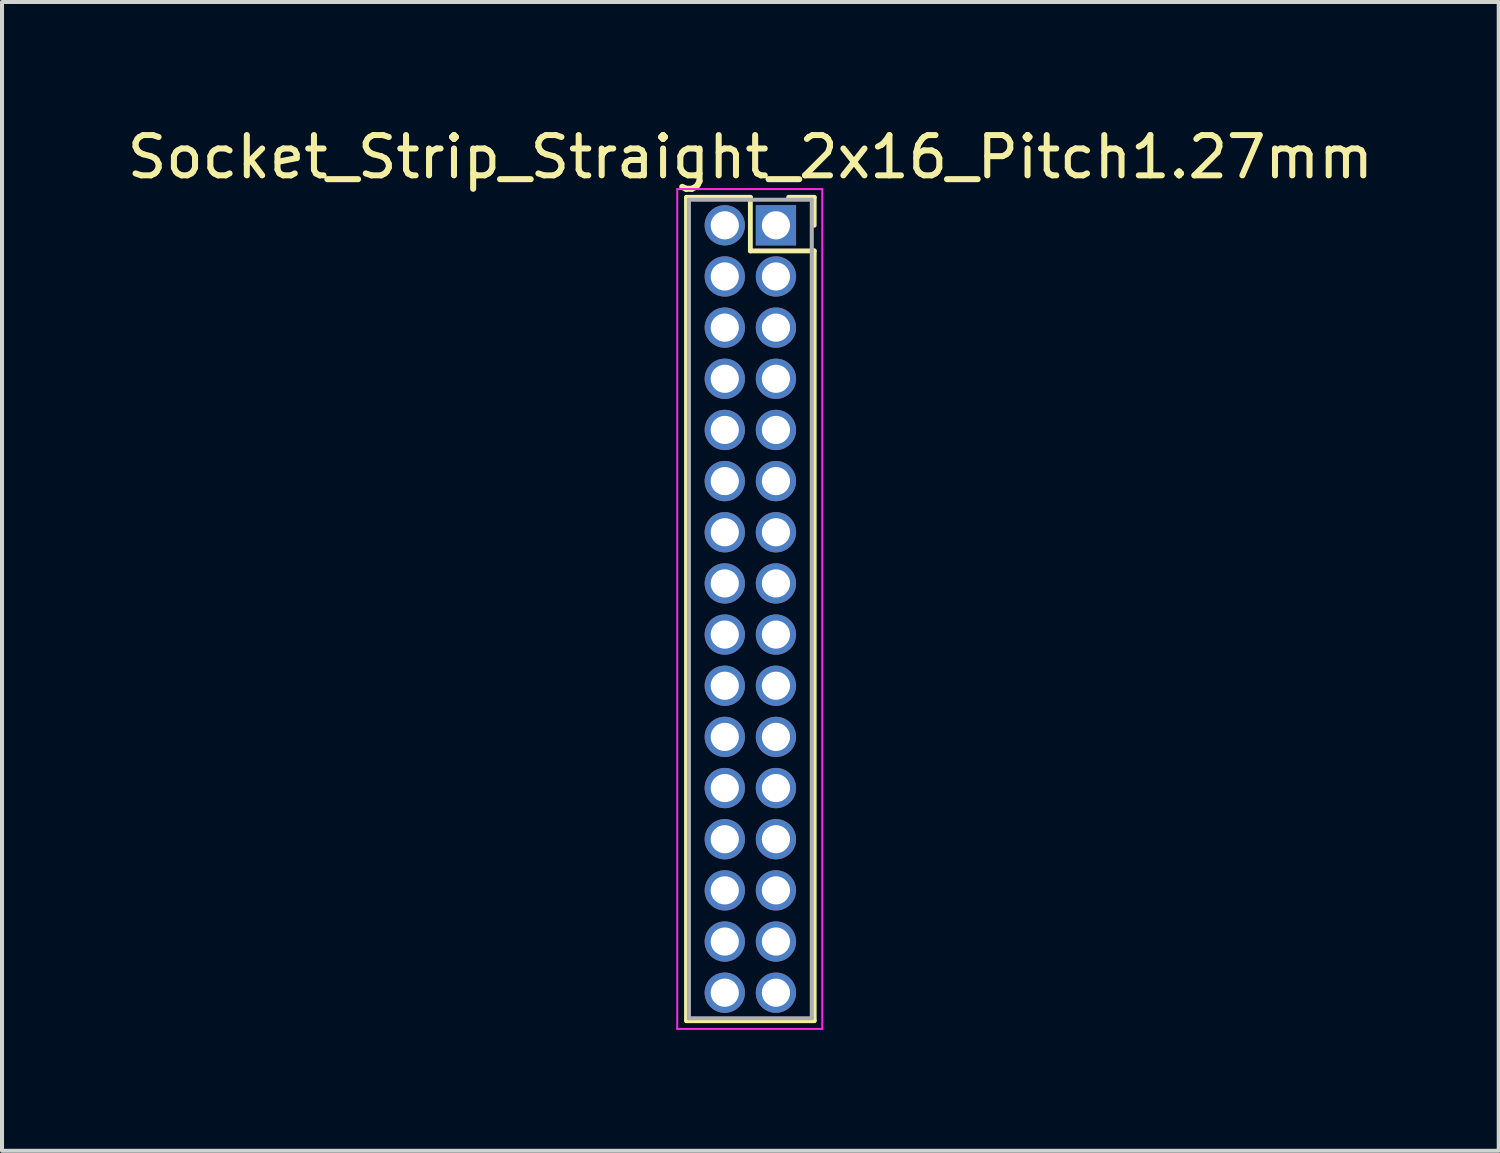
<source format=kicad_pcb>
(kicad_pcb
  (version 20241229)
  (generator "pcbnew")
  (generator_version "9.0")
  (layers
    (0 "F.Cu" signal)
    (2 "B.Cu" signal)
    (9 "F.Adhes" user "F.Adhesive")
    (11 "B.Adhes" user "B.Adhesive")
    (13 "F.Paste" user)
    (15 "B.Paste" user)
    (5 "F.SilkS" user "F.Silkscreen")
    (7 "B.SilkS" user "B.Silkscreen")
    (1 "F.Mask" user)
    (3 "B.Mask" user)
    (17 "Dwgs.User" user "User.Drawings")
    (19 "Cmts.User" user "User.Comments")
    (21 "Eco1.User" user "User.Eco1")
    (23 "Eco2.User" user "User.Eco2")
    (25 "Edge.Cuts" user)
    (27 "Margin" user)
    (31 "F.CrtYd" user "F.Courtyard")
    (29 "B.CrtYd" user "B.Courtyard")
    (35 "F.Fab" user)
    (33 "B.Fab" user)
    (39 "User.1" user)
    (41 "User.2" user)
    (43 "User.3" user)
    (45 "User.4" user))
  (footprint "Socket_Strip_Straight_2x16_Pitch1.27mm"
    (layer "F.Cu")
    (at 16.212 2.543)
    (property "Reference" "Socket_Strip_Straight_2x16_Pitch1.27mm" (at -0.635 -1.695 0) (layer "F.SilkS") (effects (font (size 1 1) (thickness 0.15))))
    (attr through_hole)
    (fp_line (start -2.22 -0.695) (end -0.635 -0.695) (stroke (width 0.12) (type solid)) (layer "F.SilkS"))
    (fp_line (start -2.22 19.745) (end -2.22 -0.695) (stroke (width 0.12) (type solid)) (layer "F.SilkS"))
    (fp_line (start -0.635 -0.695) (end -0.635 0.635) (stroke (width 0.12) (type solid)) (layer "F.SilkS"))
    (fp_line (start -0.635 0.635) (end 0.95 0.635) (stroke (width 0.12) (type solid)) (layer "F.SilkS"))
    (fp_line (start 0.95 -0.695) (end 0.315 -0.695) (stroke (width 0.12) (type solid)) (layer "F.SilkS"))
    (fp_line (start 0.95 0) (end 0.95 -0.695) (stroke (width 0.12) (type solid)) (layer "F.SilkS"))
    (fp_line (start 0.95 0.635) (end 0.95 19.745) (stroke (width 0.12) (type solid)) (layer "F.SilkS"))
    (fp_line (start 0.95 19.745) (end -2.22 19.745) (stroke (width 0.12) (type solid)) (layer "F.SilkS"))
    (fp_line (start -2.45 -0.9) (end -2.45 19.95) (stroke (width 0.05) (type solid)) (layer "F.CrtYd"))
    (fp_line (start -2.45 19.95) (end 1.15 19.95) (stroke (width 0.05) (type solid)) (layer "F.CrtYd"))
    (fp_line (start 1.15 -0.9) (end -2.45 -0.9) (stroke (width 0.05) (type solid)) (layer "F.CrtYd"))
    (fp_line (start 1.15 19.95) (end 1.15 -0.9) (stroke (width 0.05) (type solid)) (layer "F.CrtYd"))
    (fp_line (start -2.16 -0.635) (end -2.16 19.685) (stroke (width 0.1) (type solid)) (layer "F.Fab"))
    (fp_line (start -2.16 19.685) (end 0.89 19.685) (stroke (width 0.1) (type solid)) (layer "F.Fab"))
    (fp_line (start 0.89 -0.635) (end -2.16 -0.635) (stroke (width 0.1) (type solid)) (layer "F.Fab"))
    (fp_line (start 0.89 19.685) (end 0.89 -0.635) (stroke (width 0.1) (type solid)) (layer "F.Fab"))
    (pad "1" thru_hole rect (at 0 0) (size 1 1) (drill 0.7) (layers "*.Cu" "*.Mask"))
    (pad "2" thru_hole oval (at -1.27 0) (size 1 1) (drill 0.7) (layers "*.Cu" "*.Mask"))
    (pad "3" thru_hole oval (at 0 1.27) (size 1 1) (drill 0.7) (layers "*.Cu" "*.Mask"))
    (pad "4" thru_hole oval (at -1.27 1.27) (size 1 1) (drill 0.7) (layers "*.Cu" "*.Mask"))
    (pad "5" thru_hole oval (at 0 2.54) (size 1 1) (drill 0.7) (layers "*.Cu" "*.Mask"))
    (pad "6" thru_hole oval (at -1.27 2.54) (size 1 1) (drill 0.7) (layers "*.Cu" "*.Mask"))
    (pad "7" thru_hole oval (at 0 3.81) (size 1 1) (drill 0.7) (layers "*.Cu" "*.Mask"))
    (pad "8" thru_hole oval (at -1.27 3.81) (size 1 1) (drill 0.7) (layers "*.Cu" "*.Mask"))
    (pad "9" thru_hole oval (at 0 5.08) (size 1 1) (drill 0.7) (layers "*.Cu" "*.Mask"))
    (pad "10" thru_hole oval (at -1.27 5.08) (size 1 1) (drill 0.7) (layers "*.Cu" "*.Mask"))
    (pad "11" thru_hole oval (at 0 6.35) (size 1 1) (drill 0.7) (layers "*.Cu" "*.Mask"))
    (pad "12" thru_hole oval (at -1.27 6.35) (size 1 1) (drill 0.7) (layers "*.Cu" "*.Mask"))
    (pad "13" thru_hole oval (at 0 7.62) (size 1 1) (drill 0.7) (layers "*.Cu" "*.Mask"))
    (pad "14" thru_hole oval (at -1.27 7.62) (size 1 1) (drill 0.7) (layers "*.Cu" "*.Mask"))
    (pad "15" thru_hole oval (at 0 8.89) (size 1 1) (drill 0.7) (layers "*.Cu" "*.Mask"))
    (pad "16" thru_hole oval (at -1.27 8.89) (size 1 1) (drill 0.7) (layers "*.Cu" "*.Mask"))
    (pad "17" thru_hole oval (at 0 10.16) (size 1 1) (drill 0.7) (layers "*.Cu" "*.Mask"))
    (pad "18" thru_hole oval (at -1.27 10.16) (size 1 1) (drill 0.7) (layers "*.Cu" "*.Mask"))
    (pad "19" thru_hole oval (at 0 11.43) (size 1 1) (drill 0.7) (layers "*.Cu" "*.Mask"))
    (pad "20" thru_hole oval (at -1.27 11.43) (size 1 1) (drill 0.7) (layers "*.Cu" "*.Mask"))
    (pad "21" thru_hole oval (at 0 12.7) (size 1 1) (drill 0.7) (layers "*.Cu" "*.Mask"))
    (pad "22" thru_hole oval (at -1.27 12.7) (size 1 1) (drill 0.7) (layers "*.Cu" "*.Mask"))
    (pad "23" thru_hole oval (at 0 13.97) (size 1 1) (drill 0.7) (layers "*.Cu" "*.Mask"))
    (pad "24" thru_hole oval (at -1.27 13.97) (size 1 1) (drill 0.7) (layers "*.Cu" "*.Mask"))
    (pad "25" thru_hole oval (at 0 15.24) (size 1 1) (drill 0.7) (layers "*.Cu" "*.Mask"))
    (pad "26" thru_hole oval (at -1.27 15.24) (size 1 1) (drill 0.7) (layers "*.Cu" "*.Mask"))
    (pad "27" thru_hole oval (at 0 16.51) (size 1 1) (drill 0.7) (layers "*.Cu" "*.Mask"))
    (pad "28" thru_hole oval (at -1.27 16.51) (size 1 1) (drill 0.7) (layers "*.Cu" "*.Mask"))
    (pad "29" thru_hole oval (at 0 17.78) (size 1 1) (drill 0.7) (layers "*.Cu" "*.Mask"))
    (pad "30" thru_hole oval (at -1.27 17.78) (size 1 1) (drill 0.7) (layers "*.Cu" "*.Mask"))
    (pad "31" thru_hole oval (at 0 19.05) (size 1 1) (drill 0.7) (layers "*.Cu" "*.Mask"))
    (pad "32" thru_hole oval (at -1.27 19.05) (size 1 1) (drill 0.7) (layers "*.Cu" "*.Mask")))
  (gr_rect
    (start -3 -3)
    (end 34.155 25.518)
    (stroke (width 0.1) (type default))
    (fill no)
    (layer "Edge.Cuts")))
</source>
